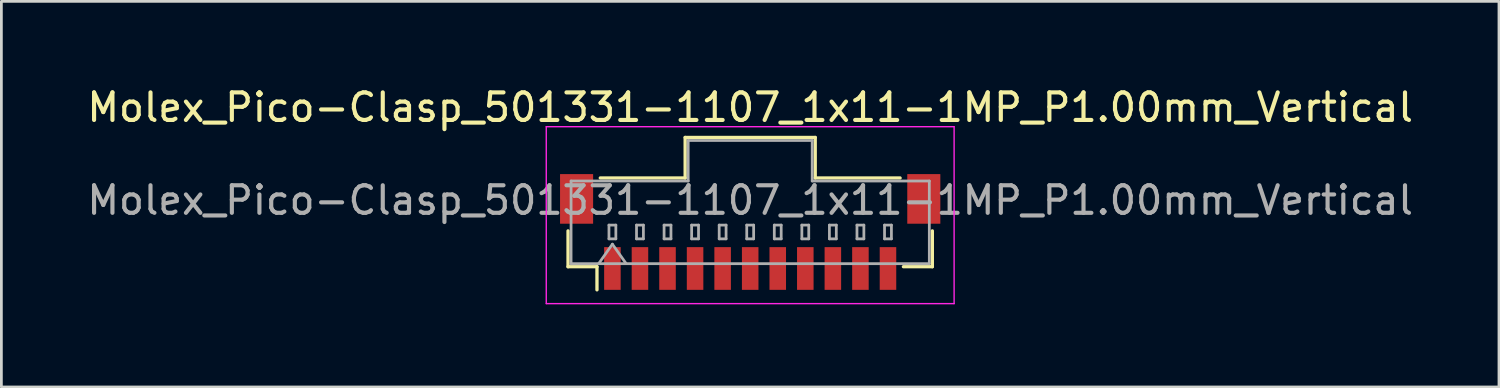
<source format=kicad_pcb>
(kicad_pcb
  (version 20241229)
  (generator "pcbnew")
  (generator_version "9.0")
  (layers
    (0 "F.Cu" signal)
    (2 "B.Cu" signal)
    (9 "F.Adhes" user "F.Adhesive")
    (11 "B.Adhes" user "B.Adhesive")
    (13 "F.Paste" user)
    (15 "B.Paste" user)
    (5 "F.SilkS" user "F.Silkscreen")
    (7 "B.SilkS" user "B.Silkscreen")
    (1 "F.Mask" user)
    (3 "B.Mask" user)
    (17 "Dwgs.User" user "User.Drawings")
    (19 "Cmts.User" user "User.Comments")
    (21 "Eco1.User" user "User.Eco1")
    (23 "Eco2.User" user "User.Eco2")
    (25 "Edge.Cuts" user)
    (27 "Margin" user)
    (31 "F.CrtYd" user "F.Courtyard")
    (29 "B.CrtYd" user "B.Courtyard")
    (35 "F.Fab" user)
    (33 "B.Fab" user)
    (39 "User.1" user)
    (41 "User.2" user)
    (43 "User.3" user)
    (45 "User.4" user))
  (footprint "Molex_Pico-Clasp_501331-1107_1x11-1MP_P1.00mm_Vertical"
    (layer "F.Cu")
    (at 24.173 5.368)
    (property "Reference" "Molex_Pico-Clasp_501331-1107_1x11-1MP_P1.00mm_Vertical" (at 0 -4.52 0) (layer "F.SilkS") (effects (font (size 1 1) (thickness 0.15))))
    (attr smd)
    (fp_line (start -6.61 -0.04) (end -6.61 1.26) (stroke (width 0.12) (type solid)) (layer "F.SilkS"))
    (fp_line (start -6.61 1.26) (end -5.56 1.26) (stroke (width 0.12) (type solid)) (layer "F.SilkS"))
    (fp_line (start -5.56 1.26) (end -5.56 2.1) (stroke (width 0.12) (type solid)) (layer "F.SilkS"))
    (fp_line (start -5.44 -1.96) (end -2.36 -1.96) (stroke (width 0.12) (type solid)) (layer "F.SilkS"))
    (fp_line (start -2.36 -3.43) (end 2.36 -3.43) (stroke (width 0.12) (type solid)) (layer "F.SilkS"))
    (fp_line (start -2.36 -1.96) (end -2.36 -3.43) (stroke (width 0.12) (type solid)) (layer "F.SilkS"))
    (fp_line (start 2.36 -3.43) (end 2.36 -1.96) (stroke (width 0.12) (type solid)) (layer "F.SilkS"))
    (fp_line (start 2.36 -1.96) (end 5.44 -1.96) (stroke (width 0.12) (type solid)) (layer "F.SilkS"))
    (fp_line (start 6.61 -0.04) (end 6.61 1.26) (stroke (width 0.12) (type solid)) (layer "F.SilkS"))
    (fp_line (start 6.61 1.26) (end 5.56 1.26) (stroke (width 0.12) (type solid)) (layer "F.SilkS"))
    (fp_line (start -7.4 -3.82) (end -7.4 2.6) (stroke (width 0.05) (type solid)) (layer "F.CrtYd"))
    (fp_line (start -7.4 2.6) (end 7.4 2.6) (stroke (width 0.05) (type solid)) (layer "F.CrtYd"))
    (fp_line (start 7.4 -3.82) (end -7.4 -3.82) (stroke (width 0.05) (type solid)) (layer "F.CrtYd"))
    (fp_line (start 7.4 2.6) (end 7.4 -3.82) (stroke (width 0.05) (type solid)) (layer "F.CrtYd"))
    (fp_line (start -6.5 -1.85) (end -2.25 -1.85) (stroke (width 0.1) (type solid)) (layer "F.Fab"))
    (fp_line (start -6.5 1.15) (end -6.5 -1.85) (stroke (width 0.1) (type solid)) (layer "F.Fab"))
    (fp_line (start -6.5 1.15) (end 6.5 1.15) (stroke (width 0.1) (type solid)) (layer "F.Fab"))
    (fp_line (start -5.5 1.15) (end -5 0.443) (stroke (width 0.1) (type solid)) (layer "F.Fab"))
    (fp_line (start -5.125 -0.25) (end -5.125 0.25) (stroke (width 0.1) (type solid)) (layer "F.Fab"))
    (fp_line (start -5.125 0.25) (end -4.875 0.25) (stroke (width 0.1) (type solid)) (layer "F.Fab"))
    (fp_line (start -5 0.443) (end -4.5 1.15) (stroke (width 0.1) (type solid)) (layer "F.Fab"))
    (fp_line (start -4.875 -0.25) (end -5.125 -0.25) (stroke (width 0.1) (type solid)) (layer "F.Fab"))
    (fp_line (start -4.875 0.25) (end -4.875 -0.25) (stroke (width 0.1) (type solid)) (layer "F.Fab"))
    (fp_line (start -4.125 -0.25) (end -4.125 0.25) (stroke (width 0.1) (type solid)) (layer "F.Fab"))
    (fp_line (start -4.125 0.25) (end -3.875 0.25) (stroke (width 0.1) (type solid)) (layer "F.Fab"))
    (fp_line (start -3.875 -0.25) (end -4.125 -0.25) (stroke (width 0.1) (type solid)) (layer "F.Fab"))
    (fp_line (start -3.875 0.25) (end -3.875 -0.25) (stroke (width 0.1) (type solid)) (layer "F.Fab"))
    (fp_line (start -3.125 -0.25) (end -3.125 0.25) (stroke (width 0.1) (type solid)) (layer "F.Fab"))
    (fp_line (start -3.125 0.25) (end -2.875 0.25) (stroke (width 0.1) (type solid)) (layer "F.Fab"))
    (fp_line (start -2.875 -0.25) (end -3.125 -0.25) (stroke (width 0.1) (type solid)) (layer "F.Fab"))
    (fp_line (start -2.875 0.25) (end -2.875 -0.25) (stroke (width 0.1) (type solid)) (layer "F.Fab"))
    (fp_line (start -2.25 -3.32) (end 2.25 -3.32) (stroke (width 0.1) (type solid)) (layer "F.Fab"))
    (fp_line (start -2.25 -1.85) (end -2.25 -3.32) (stroke (width 0.1) (type solid)) (layer "F.Fab"))
    (fp_line (start -2.125 -0.25) (end -2.125 0.25) (stroke (width 0.1) (type solid)) (layer "F.Fab"))
    (fp_line (start -2.125 0.25) (end -1.875 0.25) (stroke (width 0.1) (type solid)) (layer "F.Fab"))
    (fp_line (start -1.875 -0.25) (end -2.125 -0.25) (stroke (width 0.1) (type solid)) (layer "F.Fab"))
    (fp_line (start -1.875 0.25) (end -1.875 -0.25) (stroke (width 0.1) (type solid)) (layer "F.Fab"))
    (fp_line (start -1.125 -0.25) (end -1.125 0.25) (stroke (width 0.1) (type solid)) (layer "F.Fab"))
    (fp_line (start -1.125 0.25) (end -0.875 0.25) (stroke (width 0.1) (type solid)) (layer "F.Fab"))
    (fp_line (start -0.875 -0.25) (end -1.125 -0.25) (stroke (width 0.1) (type solid)) (layer "F.Fab"))
    (fp_line (start -0.875 0.25) (end -0.875 -0.25) (stroke (width 0.1) (type solid)) (layer "F.Fab"))
    (fp_line (start -0.125 -0.25) (end -0.125 0.25) (stroke (width 0.1) (type solid)) (layer "F.Fab"))
    (fp_line (start -0.125 0.25) (end 0.125 0.25) (stroke (width 0.1) (type solid)) (layer "F.Fab"))
    (fp_line (start 0.125 -0.25) (end -0.125 -0.25) (stroke (width 0.1) (type solid)) (layer "F.Fab"))
    (fp_line (start 0.125 0.25) (end 0.125 -0.25) (stroke (width 0.1) (type solid)) (layer "F.Fab"))
    (fp_line (start 0.875 -0.25) (end 0.875 0.25) (stroke (width 0.1) (type solid)) (layer "F.Fab"))
    (fp_line (start 0.875 0.25) (end 1.125 0.25) (stroke (width 0.1) (type solid)) (layer "F.Fab"))
    (fp_line (start 1.125 -0.25) (end 0.875 -0.25) (stroke (width 0.1) (type solid)) (layer "F.Fab"))
    (fp_line (start 1.125 0.25) (end 1.125 -0.25) (stroke (width 0.1) (type solid)) (layer "F.Fab"))
    (fp_line (start 1.875 -0.25) (end 1.875 0.25) (stroke (width 0.1) (type solid)) (layer "F.Fab"))
    (fp_line (start 1.875 0.25) (end 2.125 0.25) (stroke (width 0.1) (type solid)) (layer "F.Fab"))
    (fp_line (start 2.125 -0.25) (end 1.875 -0.25) (stroke (width 0.1) (type solid)) (layer "F.Fab"))
    (fp_line (start 2.125 0.25) (end 2.125 -0.25) (stroke (width 0.1) (type solid)) (layer "F.Fab"))
    (fp_line (start 2.25 -3.32) (end 2.25 -1.85) (stroke (width 0.1) (type solid)) (layer "F.Fab"))
    (fp_line (start 2.25 -1.85) (end 6.5 -1.85) (stroke (width 0.1) (type solid)) (layer "F.Fab"))
    (fp_line (start 2.875 -0.25) (end 2.875 0.25) (stroke (width 0.1) (type solid)) (layer "F.Fab"))
    (fp_line (start 2.875 0.25) (end 3.125 0.25) (stroke (width 0.1) (type solid)) (layer "F.Fab"))
    (fp_line (start 3.125 -0.25) (end 2.875 -0.25) (stroke (width 0.1) (type solid)) (layer "F.Fab"))
    (fp_line (start 3.125 0.25) (end 3.125 -0.25) (stroke (width 0.1) (type solid)) (layer "F.Fab"))
    (fp_line (start 3.875 -0.25) (end 3.875 0.25) (stroke (width 0.1) (type solid)) (layer "F.Fab"))
    (fp_line (start 3.875 0.25) (end 4.125 0.25) (stroke (width 0.1) (type solid)) (layer "F.Fab"))
    (fp_line (start 4.125 -0.25) (end 3.875 -0.25) (stroke (width 0.1) (type solid)) (layer "F.Fab"))
    (fp_line (start 4.125 0.25) (end 4.125 -0.25) (stroke (width 0.1) (type solid)) (layer "F.Fab"))
    (fp_line (start 4.875 -0.25) (end 4.875 0.25) (stroke (width 0.1) (type solid)) (layer "F.Fab"))
    (fp_line (start 4.875 0.25) (end 5.125 0.25) (stroke (width 0.1) (type solid)) (layer "F.Fab"))
    (fp_line (start 5.125 -0.25) (end 4.875 -0.25) (stroke (width 0.1) (type solid)) (layer "F.Fab"))
    (fp_line (start 5.125 0.25) (end 5.125 -0.25) (stroke (width 0.1) (type solid)) (layer "F.Fab"))
    (fp_line (start 6.5 1.15) (end 6.5 -1.85) (stroke (width 0.1) (type solid)) (layer "F.Fab"))
    (fp_text user "${REFERENCE}" (at 0 -1.15 0) (layer "F.Fab") (effects (font (size 1 1) (thickness 0.15))))
    (pad "1" smd rect (at -5 1.325) (size 0.6 1.55) (layers "F.Cu" "F.Mask" "F.Paste"))
    (pad "2" smd rect (at -4 1.325) (size 0.6 1.55) (layers "F.Cu" "F.Mask" "F.Paste"))
    (pad "3" smd rect (at -3 1.325) (size 0.6 1.55) (layers "F.Cu" "F.Mask" "F.Paste"))
    (pad "4" smd rect (at -2 1.325) (size 0.6 1.55) (layers "F.Cu" "F.Mask" "F.Paste"))
    (pad "5" smd rect (at -1 1.325) (size 0.6 1.55) (layers "F.Cu" "F.Mask" "F.Paste"))
    (pad "6" smd rect (at 0 1.325) (size 0.6 1.55) (layers "F.Cu" "F.Mask" "F.Paste"))
    (pad "7" smd rect (at 1 1.325) (size 0.6 1.55) (layers "F.Cu" "F.Mask" "F.Paste"))
    (pad "8" smd rect (at 2 1.325) (size 0.6 1.55) (layers "F.Cu" "F.Mask" "F.Paste"))
    (pad "9" smd rect (at 3 1.325) (size 0.6 1.55) (layers "F.Cu" "F.Mask" "F.Paste"))
    (pad "10" smd rect (at 4 1.325) (size 0.6 1.55) (layers "F.Cu" "F.Mask" "F.Paste"))
    (pad "11" smd rect (at 5 1.325) (size 0.6 1.55) (layers "F.Cu" "F.Mask" "F.Paste"))
    (pad "MP" smd rect (at -6.3 -1.2) (size 1.2 1.8) (layers "F.Cu" "F.Mask" "F.Paste"))
    (pad "MP" smd rect (at 6.3 -1.2) (size 1.2 1.8) (layers "F.Cu" "F.Mask" "F.Paste")))
  (gr_rect
    (start -3 -3)
    (end 51.345 10.993)
    (stroke (width 0.1) (type default))
    (fill no)
    (layer "Edge.Cuts")))
</source>
